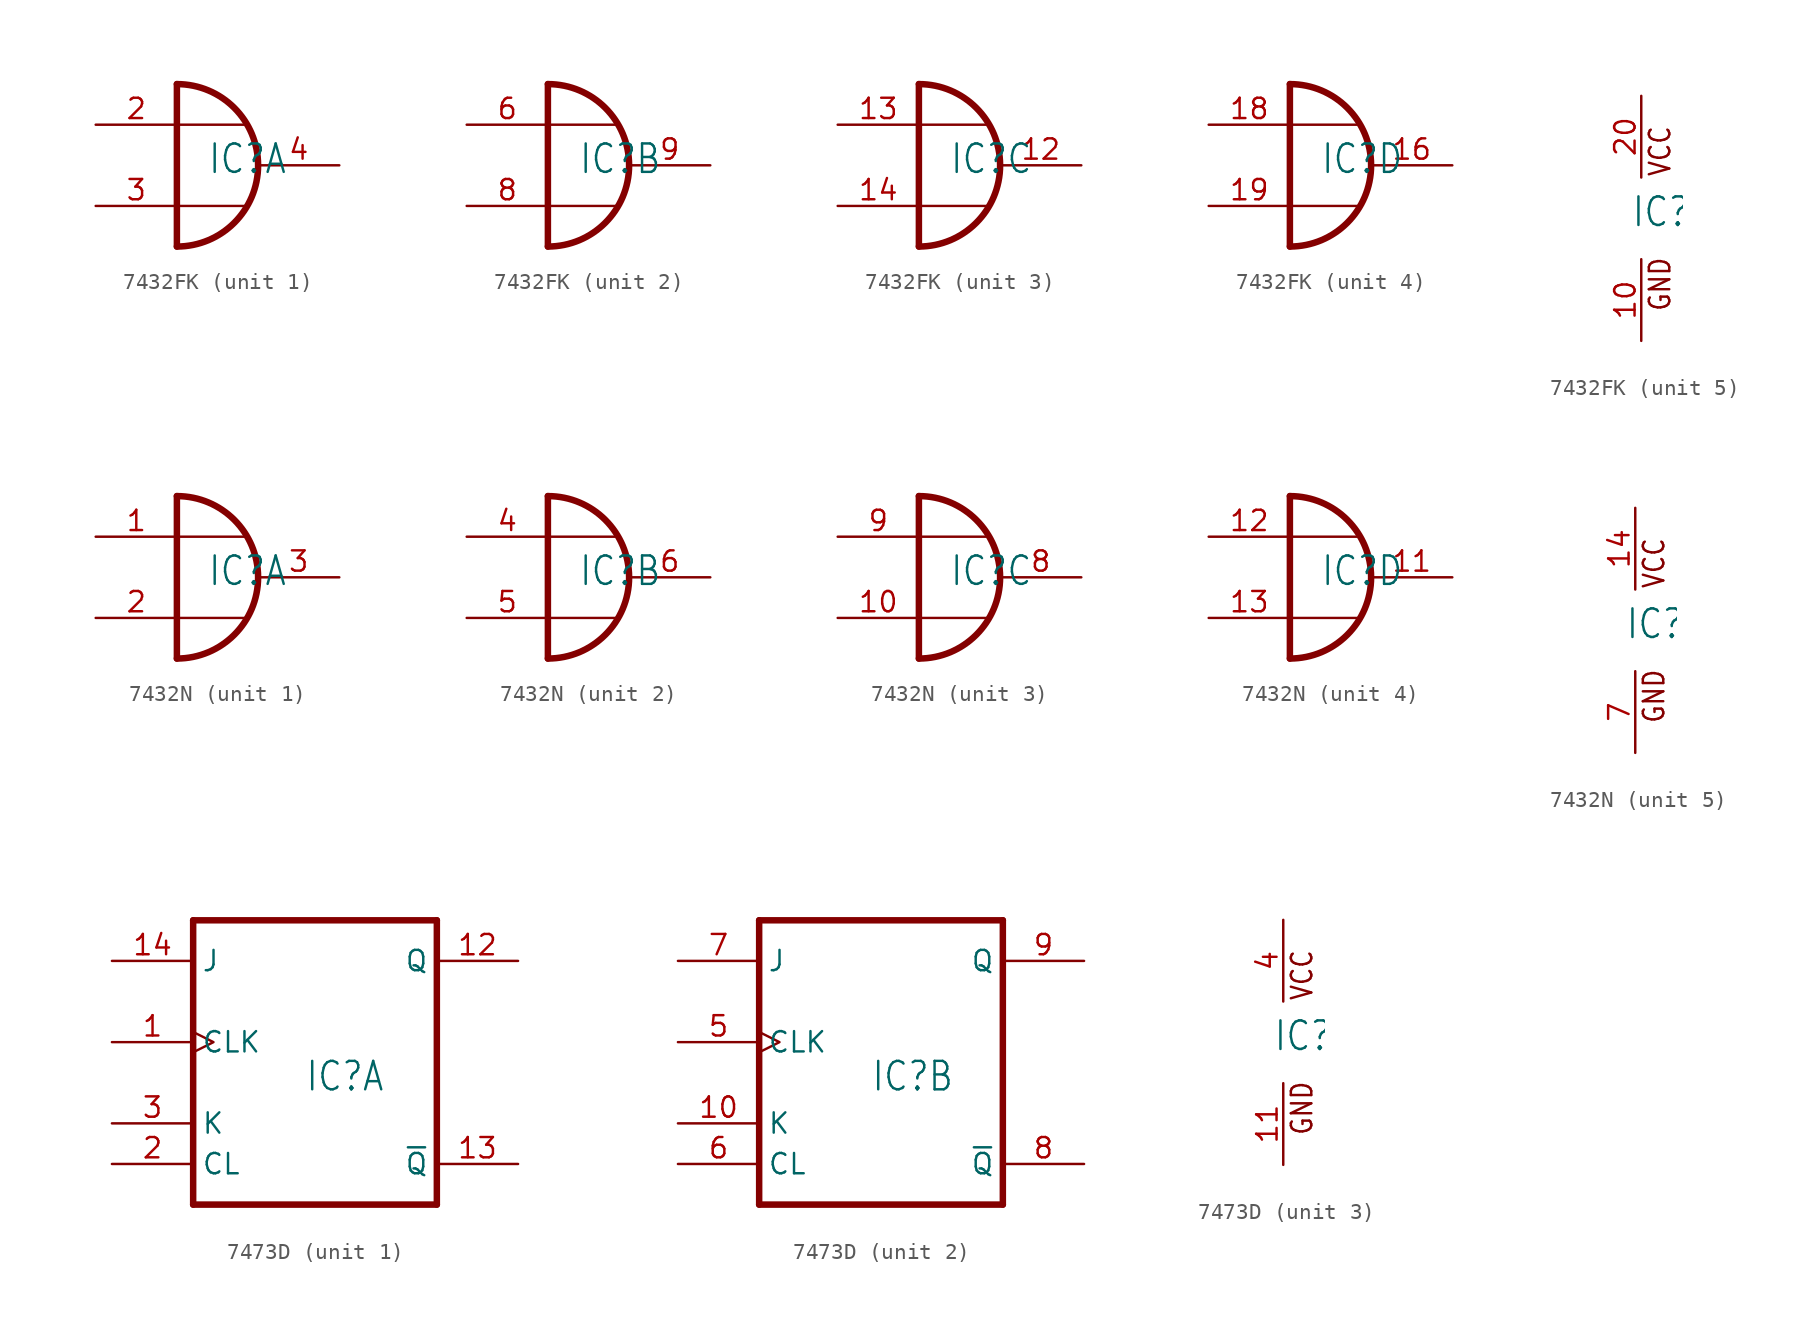
<source format=kicad_sym>
(kicad_symbol_lib
  (version 20211014)
  (generator kicad_symbol_editor)
  (symbol "7432FK"
    (property "Reference" "IC"
      (at -0.635 -0.635 0)
      (effects (font (size 1.778 1.511)) (justify left bottom)))
    (property "ki_locked" ""
      (at 0 0 0)
      (effects (font (size 1.27 1.27))))
    (symbol "7432FK_1_0"
      (arc (start -2.54 -5.08) (mid 2.54 0) (end -2.54 5.08) (stroke (width 0.4064) (type default) (color 0 0 0 0)) (fill (type none)))
      (polyline (pts (xy -2.54 5.08) (xy -2.54 -5.08)) (stroke (width 0.406) (type default) (color 0 0 0 0)) (fill (type none)))
      (polyline (pts (xy 1.778 -2.54) (xy -2.54 -2.54)) (stroke (width 0.152) (type default) (color 0 0 0 0)) (fill (type none)))
      (polyline (pts (xy 1.778 2.54) (xy -2.54 2.54)) (stroke (width 0.152) (type default) (color 0 0 0 0)) (fill (type none)))
      (pin input line (at -7.62 2.54 0) (length 5.08) (name "I0" (effects (font (size 0 0)))) (number "2" (effects (font (size 1.27 1.27)))))
      (pin input line (at -7.62 -2.54 0) (length 5.08) (name "I1" (effects (font (size 0 0)))) (number "3" (effects (font (size 1.27 1.27)))))
      (pin output line (at 7.62 0 180) (length 5.08) (name "O" (effects (font (size 0 0)))) (number "4" (effects (font (size 1.27 1.27))))))
    (symbol "7432FK_2_0"
      (arc (start -2.54 -5.08) (mid 2.54 0) (end -2.54 5.08) (stroke (width 0.4064) (type default) (color 0 0 0 0)) (fill (type none)))
      (polyline (pts (xy -2.54 5.08) (xy -2.54 -5.08)) (stroke (width 0.406) (type default) (color 0 0 0 0)) (fill (type none)))
      (polyline (pts (xy 1.778 -2.54) (xy -2.54 -2.54)) (stroke (width 0.152) (type default) (color 0 0 0 0)) (fill (type none)))
      (polyline (pts (xy 1.778 2.54) (xy -2.54 2.54)) (stroke (width 0.152) (type default) (color 0 0 0 0)) (fill (type none)))
      (pin input line (at -7.62 2.54 0) (length 5.08) (name "I0" (effects (font (size 0 0)))) (number "6" (effects (font (size 1.27 1.27)))))
      (pin input line (at -7.62 -2.54 0) (length 5.08) (name "I1" (effects (font (size 0 0)))) (number "8" (effects (font (size 1.27 1.27)))))
      (pin output line (at 7.62 0 180) (length 5.08) (name "O" (effects (font (size 0 0)))) (number "9" (effects (font (size 1.27 1.27))))))
    (symbol "7432FK_3_0"
      (arc (start -2.54 -5.08) (mid 2.54 0) (end -2.54 5.08) (stroke (width 0.4064) (type default) (color 0 0 0 0)) (fill (type none)))
      (polyline (pts (xy -2.54 5.08) (xy -2.54 -5.08)) (stroke (width 0.406) (type default) (color 0 0 0 0)) (fill (type none)))
      (polyline (pts (xy 1.778 -2.54) (xy -2.54 -2.54)) (stroke (width 0.152) (type default) (color 0 0 0 0)) (fill (type none)))
      (polyline (pts (xy 1.778 2.54) (xy -2.54 2.54)) (stroke (width 0.152) (type default) (color 0 0 0 0)) (fill (type none)))
      (pin output line (at 7.62 0 180) (length 5.08) (name "O" (effects (font (size 0 0)))) (number "12" (effects (font (size 1.27 1.27)))))
      (pin input line (at -7.62 2.54 0) (length 5.08) (name "I0" (effects (font (size 0 0)))) (number "13" (effects (font (size 1.27 1.27)))))
      (pin input line (at -7.62 -2.54 0) (length 5.08) (name "I1" (effects (font (size 0 0)))) (number "14" (effects (font (size 1.27 1.27))))))
    (symbol "7432FK_4_0"
      (arc (start -2.54 -5.08) (mid 2.54 0) (end -2.54 5.08) (stroke (width 0.4064) (type default) (color 0 0 0 0)) (fill (type none)))
      (polyline (pts (xy -2.54 5.08) (xy -2.54 -5.08)) (stroke (width 0.406) (type default) (color 0 0 0 0)) (fill (type none)))
      (polyline (pts (xy 1.778 -2.54) (xy -2.54 -2.54)) (stroke (width 0.152) (type default) (color 0 0 0 0)) (fill (type none)))
      (polyline (pts (xy 1.778 2.54) (xy -2.54 2.54)) (stroke (width 0.152) (type default) (color 0 0 0 0)) (fill (type none)))
      (pin output line (at 7.62 0 180) (length 5.08) (name "O" (effects (font (size 0 0)))) (number "16" (effects (font (size 1.27 1.27)))))
      (pin input line (at -7.62 2.54 0) (length 5.08) (name "I0" (effects (font (size 0 0)))) (number "18" (effects (font (size 1.27 1.27)))))
      (pin input line (at -7.62 -2.54 0) (length 5.08) (name "I1" (effects (font (size 0 0)))) (number "19" (effects (font (size 1.27 1.27))))))
    (symbol "7432FK_5_0"
      (text "GND" (at 1.905 -5.842 900) (effects (font (size 1.27 1.079)) (justify left bottom)))
      (text "VCC" (at 1.905 2.54 900) (effects (font (size 1.27 1.079)) (justify left bottom)))
      (pin power_in line (at 0 -7.62 90) (length 5.08) (name "GND" (effects (font (size 0 0)))) (number "10" (effects (font (size 1.27 1.27)))))
      (pin power_in line (at 0 7.62 270) (length 5.08) (name "VCC" (effects (font (size 0 0)))) (number "20" (effects (font (size 1.27 1.27)))))))
  (symbol "7432N"
    (property "Reference" "IC"
      (at -0.635 -0.635 0)
      (effects (font (size 1.778 1.511)) (justify left bottom)))
    (property "ki_locked" ""
      (at 0 0 0)
      (effects (font (size 1.27 1.27))))
    (symbol "7432N_1_0"
      (arc (start -2.54 -5.08) (mid 2.54 0) (end -2.54 5.08) (stroke (width 0.4064) (type default) (color 0 0 0 0)) (fill (type none)))
      (polyline (pts (xy -2.54 5.08) (xy -2.54 -5.08)) (stroke (width 0.406) (type default) (color 0 0 0 0)) (fill (type none)))
      (polyline (pts (xy 1.778 -2.54) (xy -2.54 -2.54)) (stroke (width 0.152) (type default) (color 0 0 0 0)) (fill (type none)))
      (polyline (pts (xy 1.778 2.54) (xy -2.54 2.54)) (stroke (width 0.152) (type default) (color 0 0 0 0)) (fill (type none)))
      (pin input line (at -7.62 2.54 0) (length 5.08) (name "I0" (effects (font (size 0 0)))) (number "1" (effects (font (size 1.27 1.27)))))
      (pin input line (at -7.62 -2.54 0) (length 5.08) (name "I1" (effects (font (size 0 0)))) (number "2" (effects (font (size 1.27 1.27)))))
      (pin output line (at 7.62 0 180) (length 5.08) (name "O" (effects (font (size 0 0)))) (number "3" (effects (font (size 1.27 1.27))))))
    (symbol "7432N_2_0"
      (arc (start -2.54 -5.08) (mid 2.54 0) (end -2.54 5.08) (stroke (width 0.4064) (type default) (color 0 0 0 0)) (fill (type none)))
      (polyline (pts (xy -2.54 5.08) (xy -2.54 -5.08)) (stroke (width 0.406) (type default) (color 0 0 0 0)) (fill (type none)))
      (polyline (pts (xy 1.778 -2.54) (xy -2.54 -2.54)) (stroke (width 0.152) (type default) (color 0 0 0 0)) (fill (type none)))
      (polyline (pts (xy 1.778 2.54) (xy -2.54 2.54)) (stroke (width 0.152) (type default) (color 0 0 0 0)) (fill (type none)))
      (pin input line (at -7.62 2.54 0) (length 5.08) (name "I0" (effects (font (size 0 0)))) (number "4" (effects (font (size 1.27 1.27)))))
      (pin input line (at -7.62 -2.54 0) (length 5.08) (name "I1" (effects (font (size 0 0)))) (number "5" (effects (font (size 1.27 1.27)))))
      (pin output line (at 7.62 0 180) (length 5.08) (name "O" (effects (font (size 0 0)))) (number "6" (effects (font (size 1.27 1.27))))))
    (symbol "7432N_3_0"
      (arc (start -2.54 -5.08) (mid 2.54 0) (end -2.54 5.08) (stroke (width 0.4064) (type default) (color 0 0 0 0)) (fill (type none)))
      (polyline (pts (xy -2.54 5.08) (xy -2.54 -5.08)) (stroke (width 0.406) (type default) (color 0 0 0 0)) (fill (type none)))
      (polyline (pts (xy 1.778 -2.54) (xy -2.54 -2.54)) (stroke (width 0.152) (type default) (color 0 0 0 0)) (fill (type none)))
      (polyline (pts (xy 1.778 2.54) (xy -2.54 2.54)) (stroke (width 0.152) (type default) (color 0 0 0 0)) (fill (type none)))
      (pin input line (at -7.62 -2.54 0) (length 5.08) (name "I1" (effects (font (size 0 0)))) (number "10" (effects (font (size 1.27 1.27)))))
      (pin output line (at 7.62 0 180) (length 5.08) (name "O" (effects (font (size 0 0)))) (number "8" (effects (font (size 1.27 1.27)))))
      (pin input line (at -7.62 2.54 0) (length 5.08) (name "I0" (effects (font (size 0 0)))) (number "9" (effects (font (size 1.27 1.27))))))
    (symbol "7432N_4_0"
      (arc (start -2.54 -5.08) (mid 2.54 0) (end -2.54 5.08) (stroke (width 0.4064) (type default) (color 0 0 0 0)) (fill (type none)))
      (polyline (pts (xy -2.54 5.08) (xy -2.54 -5.08)) (stroke (width 0.406) (type default) (color 0 0 0 0)) (fill (type none)))
      (polyline (pts (xy 1.778 -2.54) (xy -2.54 -2.54)) (stroke (width 0.152) (type default) (color 0 0 0 0)) (fill (type none)))
      (polyline (pts (xy 1.778 2.54) (xy -2.54 2.54)) (stroke (width 0.152) (type default) (color 0 0 0 0)) (fill (type none)))
      (pin output line (at 7.62 0 180) (length 5.08) (name "O" (effects (font (size 0 0)))) (number "11" (effects (font (size 1.27 1.27)))))
      (pin input line (at -7.62 2.54 0) (length 5.08) (name "I0" (effects (font (size 0 0)))) (number "12" (effects (font (size 1.27 1.27)))))
      (pin input line (at -7.62 -2.54 0) (length 5.08) (name "I1" (effects (font (size 0 0)))) (number "13" (effects (font (size 1.27 1.27))))))
    (symbol "7432N_5_0"
      (text "GND" (at 1.905 -5.842 900) (effects (font (size 1.27 1.079)) (justify left bottom)))
      (text "VCC" (at 1.905 2.54 900) (effects (font (size 1.27 1.079)) (justify left bottom)))
      (pin power_in line (at 0 7.62 270) (length 5.08) (name "VCC" (effects (font (size 0 0)))) (number "14" (effects (font (size 1.27 1.27)))))
      (pin power_in line (at 0 -7.62 90) (length 5.08) (name "GND" (effects (font (size 0 0)))) (number "7" (effects (font (size 1.27 1.27)))))))
  (symbol "7473D"
    (property "Reference" "IC"
      (at -0.635 -0.635 0)
      (effects (font (size 1.778 1.511)) (justify left bottom)))
    (property "ki_locked" ""
      (at 0 0 0)
      (effects (font (size 1.27 1.27))))
    (symbol "7473D_1_0"
      (polyline (pts (xy -7.62 -7.62) (xy 7.62 -7.62)) (stroke (width 0.406) (type default) (color 0 0 0 0)) (fill (type none)))
      (polyline (pts (xy -7.62 10.16) (xy -7.62 -7.62)) (stroke (width 0.406) (type default) (color 0 0 0 0)) (fill (type none)))
      (polyline (pts (xy 7.62 -7.62) (xy 7.62 10.16)) (stroke (width 0.406) (type default) (color 0 0 0 0)) (fill (type none)))
      (polyline (pts (xy 7.62 10.16) (xy -7.62 10.16)) (stroke (width 0.406) (type default) (color 0 0 0 0)) (fill (type none)))
      (pin input clock (at -12.7 2.54 0) (length 5.08) (name "CLK" (effects (font (size 1.27 1.27)))) (number "1" (effects (font (size 1.27 1.27)))))
      (pin output line (at 12.7 7.62 180) (length 5.08) (name "Q" (effects (font (size 1.27 1.27)))) (number "12" (effects (font (size 1.27 1.27)))))
      (pin output line (at 12.7 -5.08 180) (length 5.08) (name "~{Q}" (effects (font (size 1.27 1.27)))) (number "13" (effects (font (size 1.27 1.27)))))
      (pin input line (at -12.7 7.62 0) (length 5.08) (name "J" (effects (font (size 1.27 1.27)))) (number "14" (effects (font (size 1.27 1.27)))))
      (pin input line (at -12.7 -5.08 0) (length 5.08) (name "CL" (effects (font (size 1.27 1.27)))) (number "2" (effects (font (size 1.27 1.27)))))
      (pin input line (at -12.7 -2.54 0) (length 5.08) (name "K" (effects (font (size 1.27 1.27)))) (number "3" (effects (font (size 1.27 1.27))))))
    (symbol "7473D_2_0"
      (polyline (pts (xy -7.62 -7.62) (xy 7.62 -7.62)) (stroke (width 0.406) (type default) (color 0 0 0 0)) (fill (type none)))
      (polyline (pts (xy -7.62 10.16) (xy -7.62 -7.62)) (stroke (width 0.406) (type default) (color 0 0 0 0)) (fill (type none)))
      (polyline (pts (xy 7.62 -7.62) (xy 7.62 10.16)) (stroke (width 0.406) (type default) (color 0 0 0 0)) (fill (type none)))
      (polyline (pts (xy 7.62 10.16) (xy -7.62 10.16)) (stroke (width 0.406) (type default) (color 0 0 0 0)) (fill (type none)))
      (pin input line (at -12.7 -2.54 0) (length 5.08) (name "K" (effects (font (size 1.27 1.27)))) (number "10" (effects (font (size 1.27 1.27)))))
      (pin input clock (at -12.7 2.54 0) (length 5.08) (name "CLK" (effects (font (size 1.27 1.27)))) (number "5" (effects (font (size 1.27 1.27)))))
      (pin input line (at -12.7 -5.08 0) (length 5.08) (name "CL" (effects (font (size 1.27 1.27)))) (number "6" (effects (font (size 1.27 1.27)))))
      (pin input line (at -12.7 7.62 0) (length 5.08) (name "J" (effects (font (size 1.27 1.27)))) (number "7" (effects (font (size 1.27 1.27)))))
      (pin output line (at 12.7 -5.08 180) (length 5.08) (name "~{Q}" (effects (font (size 1.27 1.27)))) (number "8" (effects (font (size 1.27 1.27)))))
      (pin output line (at 12.7 7.62 180) (length 5.08) (name "Q" (effects (font (size 1.27 1.27)))) (number "9" (effects (font (size 1.27 1.27))))))
    (symbol "7473D_3_0"
      (text "GND" (at 1.905 -5.842 900) (effects (font (size 1.27 1.079)) (justify left bottom)))
      (text "VCC" (at 1.905 2.54 900) (effects (font (size 1.27 1.079)) (justify left bottom)))
      (pin power_in line (at 0 -7.62 90) (length 5.08) (name "GND" (effects (font (size 0 0)))) (number "11" (effects (font (size 1.27 1.27)))))
      (pin power_in line (at 0 7.62 270) (length 5.08) (name "VCC" (effects (font (size 0 0)))) (number "4" (effects (font (size 1.27 1.27))))))))
</source>
